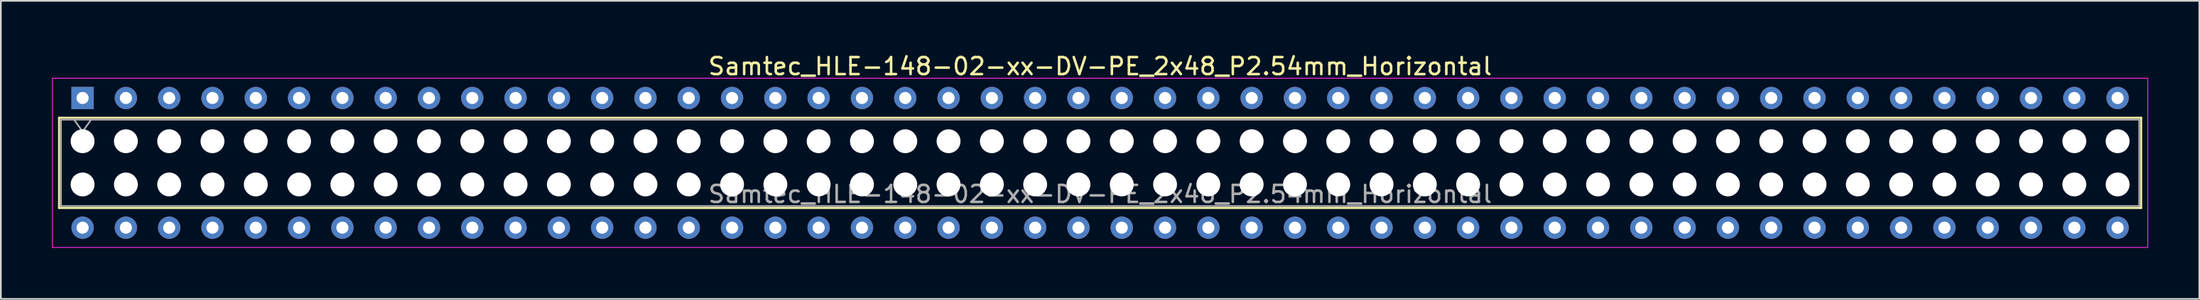
<source format=kicad_pcb>
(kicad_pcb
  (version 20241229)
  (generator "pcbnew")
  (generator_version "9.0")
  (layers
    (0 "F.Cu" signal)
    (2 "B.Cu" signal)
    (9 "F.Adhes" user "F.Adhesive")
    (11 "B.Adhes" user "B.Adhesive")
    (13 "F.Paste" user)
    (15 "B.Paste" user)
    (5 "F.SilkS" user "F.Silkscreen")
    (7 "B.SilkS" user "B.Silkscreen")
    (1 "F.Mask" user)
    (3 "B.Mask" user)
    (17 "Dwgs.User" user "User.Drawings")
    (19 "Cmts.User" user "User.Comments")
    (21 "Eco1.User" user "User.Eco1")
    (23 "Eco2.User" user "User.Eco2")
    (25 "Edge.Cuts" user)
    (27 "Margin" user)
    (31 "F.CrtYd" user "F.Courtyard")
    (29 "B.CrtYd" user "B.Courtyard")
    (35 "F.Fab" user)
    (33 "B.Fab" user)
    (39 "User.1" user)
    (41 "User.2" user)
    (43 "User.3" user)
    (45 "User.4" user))
  (footprint "Samtec_HLE-148-02-xx-DV-PE_2x48_P2.54mm_Horizontal"
    (layer "F.Cu")
    (at 1.795 2.708)
    (property "Reference" "Samtec_HLE-148-02-xx-DV-PE_2x48_P2.54mm_Horizontal" (at 59.69 -1.86 0) (layer "F.SilkS") (effects (font (size 1 1) (thickness 0.15))))
    (attr through_hole)
    (fp_line (start -1.38 1.16) (end 120.76 1.16) (stroke (width 0.12) (type solid)) (layer "F.SilkS"))
    (fp_line (start -1.38 6.46) (end -1.38 1.16) (stroke (width 0.12) (type solid)) (layer "F.SilkS"))
    (fp_line (start 120.76 1.16) (end 120.76 6.46) (stroke (width 0.12) (type solid)) (layer "F.SilkS"))
    (fp_line (start 120.76 6.46) (end -1.38 6.46) (stroke (width 0.12) (type solid)) (layer "F.SilkS"))
    (fp_line (start -1.77 -1.16) (end 121.15 -1.16) (stroke (width 0.05) (type solid)) (layer "F.CrtYd"))
    (fp_line (start -1.77 8.78) (end -1.77 -1.16) (stroke (width 0.05) (type solid)) (layer "F.CrtYd"))
    (fp_line (start 121.15 -1.16) (end 121.15 8.78) (stroke (width 0.05) (type solid)) (layer "F.CrtYd"))
    (fp_line (start 121.15 8.78) (end -1.77 8.78) (stroke (width 0.05) (type solid)) (layer "F.CrtYd"))
    (fp_line (start -1.27 1.27) (end 120.65 1.27) (stroke (width 0.1) (type solid)) (layer "F.Fab"))
    (fp_line (start -1.27 6.35) (end -1.27 1.27) (stroke (width 0.1) (type solid)) (layer "F.Fab"))
    (fp_line (start -0.5 1.27) (end 0 1.977) (stroke (width 0.1) (type solid)) (layer "F.Fab"))
    (fp_line (start 0 1.977) (end 0.5 1.27) (stroke (width 0.1) (type solid)) (layer "F.Fab"))
    (fp_line (start 120.65 1.27) (end 120.65 6.35) (stroke (width 0.1) (type solid)) (layer "F.Fab"))
    (fp_line (start 120.65 6.35) (end -1.27 6.35) (stroke (width 0.1) (type solid)) (layer "F.Fab"))
    (fp_text user "${REFERENCE}" (at 59.69 5.65 0) (layer "F.Fab") (effects (font (size 1 1) (thickness 0.15))))
    (pad "" np_thru_hole circle (at 0 2.54) (size 1.4 1.4) (drill 1.4) (layers "*.Cu" "*.Mask"))
    (pad "" np_thru_hole circle (at 0 5.08) (size 1.4 1.4) (drill 1.4) (layers "*.Cu" "*.Mask"))
    (pad "" np_thru_hole circle (at 2.54 2.54) (size 1.4 1.4) (drill 1.4) (layers "*.Cu" "*.Mask"))
    (pad "" np_thru_hole circle (at 2.54 5.08) (size 1.4 1.4) (drill 1.4) (layers "*.Cu" "*.Mask"))
    (pad "" np_thru_hole circle (at 5.08 2.54) (size 1.4 1.4) (drill 1.4) (layers "*.Cu" "*.Mask"))
    (pad "" np_thru_hole circle (at 5.08 5.08) (size 1.4 1.4) (drill 1.4) (layers "*.Cu" "*.Mask"))
    (pad "" np_thru_hole circle (at 7.62 2.54) (size 1.4 1.4) (drill 1.4) (layers "*.Cu" "*.Mask"))
    (pad "" np_thru_hole circle (at 7.62 5.08) (size 1.4 1.4) (drill 1.4) (layers "*.Cu" "*.Mask"))
    (pad "" np_thru_hole circle (at 10.16 2.54) (size 1.4 1.4) (drill 1.4) (layers "*.Cu" "*.Mask"))
    (pad "" np_thru_hole circle (at 10.16 5.08) (size 1.4 1.4) (drill 1.4) (layers "*.Cu" "*.Mask"))
    (pad "" np_thru_hole circle (at 12.7 2.54) (size 1.4 1.4) (drill 1.4) (layers "*.Cu" "*.Mask"))
    (pad "" np_thru_hole circle (at 12.7 5.08) (size 1.4 1.4) (drill 1.4) (layers "*.Cu" "*.Mask"))
    (pad "" np_thru_hole circle (at 15.24 2.54) (size 1.4 1.4) (drill 1.4) (layers "*.Cu" "*.Mask"))
    (pad "" np_thru_hole circle (at 15.24 5.08) (size 1.4 1.4) (drill 1.4) (layers "*.Cu" "*.Mask"))
    (pad "" np_thru_hole circle (at 17.78 2.54) (size 1.4 1.4) (drill 1.4) (layers "*.Cu" "*.Mask"))
    (pad "" np_thru_hole circle (at 17.78 5.08) (size 1.4 1.4) (drill 1.4) (layers "*.Cu" "*.Mask"))
    (pad "" np_thru_hole circle (at 20.32 2.54) (size 1.4 1.4) (drill 1.4) (layers "*.Cu" "*.Mask"))
    (pad "" np_thru_hole circle (at 20.32 5.08) (size 1.4 1.4) (drill 1.4) (layers "*.Cu" "*.Mask"))
    (pad "" np_thru_hole circle (at 22.86 2.54) (size 1.4 1.4) (drill 1.4) (layers "*.Cu" "*.Mask"))
    (pad "" np_thru_hole circle (at 22.86 5.08) (size 1.4 1.4) (drill 1.4) (layers "*.Cu" "*.Mask"))
    (pad "" np_thru_hole circle (at 25.4 2.54) (size 1.4 1.4) (drill 1.4) (layers "*.Cu" "*.Mask"))
    (pad "" np_thru_hole circle (at 25.4 5.08) (size 1.4 1.4) (drill 1.4) (layers "*.Cu" "*.Mask"))
    (pad "" np_thru_hole circle (at 27.94 2.54) (size 1.4 1.4) (drill 1.4) (layers "*.Cu" "*.Mask"))
    (pad "" np_thru_hole circle (at 27.94 5.08) (size 1.4 1.4) (drill 1.4) (layers "*.Cu" "*.Mask"))
    (pad "" np_thru_hole circle (at 30.48 2.54) (size 1.4 1.4) (drill 1.4) (layers "*.Cu" "*.Mask"))
    (pad "" np_thru_hole circle (at 30.48 5.08) (size 1.4 1.4) (drill 1.4) (layers "*.Cu" "*.Mask"))
    (pad "" np_thru_hole circle (at 33.02 2.54) (size 1.4 1.4) (drill 1.4) (layers "*.Cu" "*.Mask"))
    (pad "" np_thru_hole circle (at 33.02 5.08) (size 1.4 1.4) (drill 1.4) (layers "*.Cu" "*.Mask"))
    (pad "" np_thru_hole circle (at 35.56 2.54) (size 1.4 1.4) (drill 1.4) (layers "*.Cu" "*.Mask"))
    (pad "" np_thru_hole circle (at 35.56 5.08) (size 1.4 1.4) (drill 1.4) (layers "*.Cu" "*.Mask"))
    (pad "" np_thru_hole circle (at 38.1 2.54) (size 1.4 1.4) (drill 1.4) (layers "*.Cu" "*.Mask"))
    (pad "" np_thru_hole circle (at 38.1 5.08) (size 1.4 1.4) (drill 1.4) (layers "*.Cu" "*.Mask"))
    (pad "" np_thru_hole circle (at 40.64 2.54) (size 1.4 1.4) (drill 1.4) (layers "*.Cu" "*.Mask"))
    (pad "" np_thru_hole circle (at 40.64 5.08) (size 1.4 1.4) (drill 1.4) (layers "*.Cu" "*.Mask"))
    (pad "" np_thru_hole circle (at 43.18 2.54) (size 1.4 1.4) (drill 1.4) (layers "*.Cu" "*.Mask"))
    (pad "" np_thru_hole circle (at 43.18 5.08) (size 1.4 1.4) (drill 1.4) (layers "*.Cu" "*.Mask"))
    (pad "" np_thru_hole circle (at 45.72 2.54) (size 1.4 1.4) (drill 1.4) (layers "*.Cu" "*.Mask"))
    (pad "" np_thru_hole circle (at 45.72 5.08) (size 1.4 1.4) (drill 1.4) (layers "*.Cu" "*.Mask"))
    (pad "" np_thru_hole circle (at 48.26 2.54) (size 1.4 1.4) (drill 1.4) (layers "*.Cu" "*.Mask"))
    (pad "" np_thru_hole circle (at 48.26 5.08) (size 1.4 1.4) (drill 1.4) (layers "*.Cu" "*.Mask"))
    (pad "" np_thru_hole circle (at 50.8 2.54) (size 1.4 1.4) (drill 1.4) (layers "*.Cu" "*.Mask"))
    (pad "" np_thru_hole circle (at 50.8 5.08) (size 1.4 1.4) (drill 1.4) (layers "*.Cu" "*.Mask"))
    (pad "" np_thru_hole circle (at 53.34 2.54) (size 1.4 1.4) (drill 1.4) (layers "*.Cu" "*.Mask"))
    (pad "" np_thru_hole circle (at 53.34 5.08) (size 1.4 1.4) (drill 1.4) (layers "*.Cu" "*.Mask"))
    (pad "" np_thru_hole circle (at 55.88 2.54) (size 1.4 1.4) (drill 1.4) (layers "*.Cu" "*.Mask"))
    (pad "" np_thru_hole circle (at 55.88 5.08) (size 1.4 1.4) (drill 1.4) (layers "*.Cu" "*.Mask"))
    (pad "" np_thru_hole circle (at 58.42 2.54) (size 1.4 1.4) (drill 1.4) (layers "*.Cu" "*.Mask"))
    (pad "" np_thru_hole circle (at 58.42 5.08) (size 1.4 1.4) (drill 1.4) (layers "*.Cu" "*.Mask"))
    (pad "" np_thru_hole circle (at 60.96 2.54) (size 1.4 1.4) (drill 1.4) (layers "*.Cu" "*.Mask"))
    (pad "" np_thru_hole circle (at 60.96 5.08) (size 1.4 1.4) (drill 1.4) (layers "*.Cu" "*.Mask"))
    (pad "" np_thru_hole circle (at 63.5 2.54) (size 1.4 1.4) (drill 1.4) (layers "*.Cu" "*.Mask"))
    (pad "" np_thru_hole circle (at 63.5 5.08) (size 1.4 1.4) (drill 1.4) (layers "*.Cu" "*.Mask"))
    (pad "" np_thru_hole circle (at 66.04 2.54) (size 1.4 1.4) (drill 1.4) (layers "*.Cu" "*.Mask"))
    (pad "" np_thru_hole circle (at 66.04 5.08) (size 1.4 1.4) (drill 1.4) (layers "*.Cu" "*.Mask"))
    (pad "" np_thru_hole circle (at 68.58 2.54) (size 1.4 1.4) (drill 1.4) (layers "*.Cu" "*.Mask"))
    (pad "" np_thru_hole circle (at 68.58 5.08) (size 1.4 1.4) (drill 1.4) (layers "*.Cu" "*.Mask"))
    (pad "" np_thru_hole circle (at 71.12 2.54) (size 1.4 1.4) (drill 1.4) (layers "*.Cu" "*.Mask"))
    (pad "" np_thru_hole circle (at 71.12 5.08) (size 1.4 1.4) (drill 1.4) (layers "*.Cu" "*.Mask"))
    (pad "" np_thru_hole circle (at 73.66 2.54) (size 1.4 1.4) (drill 1.4) (layers "*.Cu" "*.Mask"))
    (pad "" np_thru_hole circle (at 73.66 5.08) (size 1.4 1.4) (drill 1.4) (layers "*.Cu" "*.Mask"))
    (pad "" np_thru_hole circle (at 76.2 2.54) (size 1.4 1.4) (drill 1.4) (layers "*.Cu" "*.Mask"))
    (pad "" np_thru_hole circle (at 76.2 5.08) (size 1.4 1.4) (drill 1.4) (layers "*.Cu" "*.Mask"))
    (pad "" np_thru_hole circle (at 78.74 2.54) (size 1.4 1.4) (drill 1.4) (layers "*.Cu" "*.Mask"))
    (pad "" np_thru_hole circle (at 78.74 5.08) (size 1.4 1.4) (drill 1.4) (layers "*.Cu" "*.Mask"))
    (pad "" np_thru_hole circle (at 81.28 2.54) (size 1.4 1.4) (drill 1.4) (layers "*.Cu" "*.Mask"))
    (pad "" np_thru_hole circle (at 81.28 5.08) (size 1.4 1.4) (drill 1.4) (layers "*.Cu" "*.Mask"))
    (pad "" np_thru_hole circle (at 83.82 2.54) (size 1.4 1.4) (drill 1.4) (layers "*.Cu" "*.Mask"))
    (pad "" np_thru_hole circle (at 83.82 5.08) (size 1.4 1.4) (drill 1.4) (layers "*.Cu" "*.Mask"))
    (pad "" np_thru_hole circle (at 86.36 2.54) (size 1.4 1.4) (drill 1.4) (layers "*.Cu" "*.Mask"))
    (pad "" np_thru_hole circle (at 86.36 5.08) (size 1.4 1.4) (drill 1.4) (layers "*.Cu" "*.Mask"))
    (pad "" np_thru_hole circle (at 88.9 2.54) (size 1.4 1.4) (drill 1.4) (layers "*.Cu" "*.Mask"))
    (pad "" np_thru_hole circle (at 88.9 5.08) (size 1.4 1.4) (drill 1.4) (layers "*.Cu" "*.Mask"))
    (pad "" np_thru_hole circle (at 91.44 2.54) (size 1.4 1.4) (drill 1.4) (layers "*.Cu" "*.Mask"))
    (pad "" np_thru_hole circle (at 91.44 5.08) (size 1.4 1.4) (drill 1.4) (layers "*.Cu" "*.Mask"))
    (pad "" np_thru_hole circle (at 93.98 2.54) (size 1.4 1.4) (drill 1.4) (layers "*.Cu" "*.Mask"))
    (pad "" np_thru_hole circle (at 93.98 5.08) (size 1.4 1.4) (drill 1.4) (layers "*.Cu" "*.Mask"))
    (pad "" np_thru_hole circle (at 96.52 2.54) (size 1.4 1.4) (drill 1.4) (layers "*.Cu" "*.Mask"))
    (pad "" np_thru_hole circle (at 96.52 5.08) (size 1.4 1.4) (drill 1.4) (layers "*.Cu" "*.Mask"))
    (pad "" np_thru_hole circle (at 99.06 2.54) (size 1.4 1.4) (drill 1.4) (layers "*.Cu" "*.Mask"))
    (pad "" np_thru_hole circle (at 99.06 5.08) (size 1.4 1.4) (drill 1.4) (layers "*.Cu" "*.Mask"))
    (pad "" np_thru_hole circle (at 101.6 2.54) (size 1.4 1.4) (drill 1.4) (layers "*.Cu" "*.Mask"))
    (pad "" np_thru_hole circle (at 101.6 5.08) (size 1.4 1.4) (drill 1.4) (layers "*.Cu" "*.Mask"))
    (pad "" np_thru_hole circle (at 104.14 2.54) (size 1.4 1.4) (drill 1.4) (layers "*.Cu" "*.Mask"))
    (pad "" np_thru_hole circle (at 104.14 5.08) (size 1.4 1.4) (drill 1.4) (layers "*.Cu" "*.Mask"))
    (pad "" np_thru_hole circle (at 106.68 2.54) (size 1.4 1.4) (drill 1.4) (layers "*.Cu" "*.Mask"))
    (pad "" np_thru_hole circle (at 106.68 5.08) (size 1.4 1.4) (drill 1.4) (layers "*.Cu" "*.Mask"))
    (pad "" np_thru_hole circle (at 109.22 2.54) (size 1.4 1.4) (drill 1.4) (layers "*.Cu" "*.Mask"))
    (pad "" np_thru_hole circle (at 109.22 5.08) (size 1.4 1.4) (drill 1.4) (layers "*.Cu" "*.Mask"))
    (pad "" np_thru_hole circle (at 111.76 2.54) (size 1.4 1.4) (drill 1.4) (layers "*.Cu" "*.Mask"))
    (pad "" np_thru_hole circle (at 111.76 5.08) (size 1.4 1.4) (drill 1.4) (layers "*.Cu" "*.Mask"))
    (pad "" np_thru_hole circle (at 114.3 2.54) (size 1.4 1.4) (drill 1.4) (layers "*.Cu" "*.Mask"))
    (pad "" np_thru_hole circle (at 114.3 5.08) (size 1.4 1.4) (drill 1.4) (layers "*.Cu" "*.Mask"))
    (pad "" np_thru_hole circle (at 116.84 2.54) (size 1.4 1.4) (drill 1.4) (layers "*.Cu" "*.Mask"))
    (pad "" np_thru_hole circle (at 116.84 5.08) (size 1.4 1.4) (drill 1.4) (layers "*.Cu" "*.Mask"))
    (pad "" np_thru_hole circle (at 119.38 2.54) (size 1.4 1.4) (drill 1.4) (layers "*.Cu" "*.Mask"))
    (pad "" np_thru_hole circle (at 119.38 5.08) (size 1.4 1.4) (drill 1.4) (layers "*.Cu" "*.Mask"))
    (pad "1" thru_hole rect (at 0 0) (size 1.31 1.31) (drill 0.71) (layers "*.Cu" "*.Mask"))
    (pad "2" thru_hole circle (at 0 7.62) (size 1.31 1.31) (drill 0.71) (layers "*.Cu" "*.Mask"))
    (pad "3" thru_hole circle (at 2.54 0) (size 1.31 1.31) (drill 0.71) (layers "*.Cu" "*.Mask"))
    (pad "4" thru_hole circle (at 2.54 7.62) (size 1.31 1.31) (drill 0.71) (layers "*.Cu" "*.Mask"))
    (pad "5" thru_hole circle (at 5.08 0) (size 1.31 1.31) (drill 0.71) (layers "*.Cu" "*.Mask"))
    (pad "6" thru_hole circle (at 5.08 7.62) (size 1.31 1.31) (drill 0.71) (layers "*.Cu" "*.Mask"))
    (pad "7" thru_hole circle (at 7.62 0) (size 1.31 1.31) (drill 0.71) (layers "*.Cu" "*.Mask"))
    (pad "8" thru_hole circle (at 7.62 7.62) (size 1.31 1.31) (drill 0.71) (layers "*.Cu" "*.Mask"))
    (pad "9" thru_hole circle (at 10.16 0) (size 1.31 1.31) (drill 0.71) (layers "*.Cu" "*.Mask"))
    (pad "10" thru_hole circle (at 10.16 7.62) (size 1.31 1.31) (drill 0.71) (layers "*.Cu" "*.Mask"))
    (pad "11" thru_hole circle (at 12.7 0) (size 1.31 1.31) (drill 0.71) (layers "*.Cu" "*.Mask"))
    (pad "12" thru_hole circle (at 12.7 7.62) (size 1.31 1.31) (drill 0.71) (layers "*.Cu" "*.Mask"))
    (pad "13" thru_hole circle (at 15.24 0) (size 1.31 1.31) (drill 0.71) (layers "*.Cu" "*.Mask"))
    (pad "14" thru_hole circle (at 15.24 7.62) (size 1.31 1.31) (drill 0.71) (layers "*.Cu" "*.Mask"))
    (pad "15" thru_hole circle (at 17.78 0) (size 1.31 1.31) (drill 0.71) (layers "*.Cu" "*.Mask"))
    (pad "16" thru_hole circle (at 17.78 7.62) (size 1.31 1.31) (drill 0.71) (layers "*.Cu" "*.Mask"))
    (pad "17" thru_hole circle (at 20.32 0) (size 1.31 1.31) (drill 0.71) (layers "*.Cu" "*.Mask"))
    (pad "18" thru_hole circle (at 20.32 7.62) (size 1.31 1.31) (drill 0.71) (layers "*.Cu" "*.Mask"))
    (pad "19" thru_hole circle (at 22.86 0) (size 1.31 1.31) (drill 0.71) (layers "*.Cu" "*.Mask"))
    (pad "20" thru_hole circle (at 22.86 7.62) (size 1.31 1.31) (drill 0.71) (layers "*.Cu" "*.Mask"))
    (pad "21" thru_hole circle (at 25.4 0) (size 1.31 1.31) (drill 0.71) (layers "*.Cu" "*.Mask"))
    (pad "22" thru_hole circle (at 25.4 7.62) (size 1.31 1.31) (drill 0.71) (layers "*.Cu" "*.Mask"))
    (pad "23" thru_hole circle (at 27.94 0) (size 1.31 1.31) (drill 0.71) (layers "*.Cu" "*.Mask"))
    (pad "24" thru_hole circle (at 27.94 7.62) (size 1.31 1.31) (drill 0.71) (layers "*.Cu" "*.Mask"))
    (pad "25" thru_hole circle (at 30.48 0) (size 1.31 1.31) (drill 0.71) (layers "*.Cu" "*.Mask"))
    (pad "26" thru_hole circle (at 30.48 7.62) (size 1.31 1.31) (drill 0.71) (layers "*.Cu" "*.Mask"))
    (pad "27" thru_hole circle (at 33.02 0) (size 1.31 1.31) (drill 0.71) (layers "*.Cu" "*.Mask"))
    (pad "28" thru_hole circle (at 33.02 7.62) (size 1.31 1.31) (drill 0.71) (layers "*.Cu" "*.Mask"))
    (pad "29" thru_hole circle (at 35.56 0) (size 1.31 1.31) (drill 0.71) (layers "*.Cu" "*.Mask"))
    (pad "30" thru_hole circle (at 35.56 7.62) (size 1.31 1.31) (drill 0.71) (layers "*.Cu" "*.Mask"))
    (pad "31" thru_hole circle (at 38.1 0) (size 1.31 1.31) (drill 0.71) (layers "*.Cu" "*.Mask"))
    (pad "32" thru_hole circle (at 38.1 7.62) (size 1.31 1.31) (drill 0.71) (layers "*.Cu" "*.Mask"))
    (pad "33" thru_hole circle (at 40.64 0) (size 1.31 1.31) (drill 0.71) (layers "*.Cu" "*.Mask"))
    (pad "34" thru_hole circle (at 40.64 7.62) (size 1.31 1.31) (drill 0.71) (layers "*.Cu" "*.Mask"))
    (pad "35" thru_hole circle (at 43.18 0) (size 1.31 1.31) (drill 0.71) (layers "*.Cu" "*.Mask"))
    (pad "36" thru_hole circle (at 43.18 7.62) (size 1.31 1.31) (drill 0.71) (layers "*.Cu" "*.Mask"))
    (pad "37" thru_hole circle (at 45.72 0) (size 1.31 1.31) (drill 0.71) (layers "*.Cu" "*.Mask"))
    (pad "38" thru_hole circle (at 45.72 7.62) (size 1.31 1.31) (drill 0.71) (layers "*.Cu" "*.Mask"))
    (pad "39" thru_hole circle (at 48.26 0) (size 1.31 1.31) (drill 0.71) (layers "*.Cu" "*.Mask"))
    (pad "40" thru_hole circle (at 48.26 7.62) (size 1.31 1.31) (drill 0.71) (layers "*.Cu" "*.Mask"))
    (pad "41" thru_hole circle (at 50.8 0) (size 1.31 1.31) (drill 0.71) (layers "*.Cu" "*.Mask"))
    (pad "42" thru_hole circle (at 50.8 7.62) (size 1.31 1.31) (drill 0.71) (layers "*.Cu" "*.Mask"))
    (pad "43" thru_hole circle (at 53.34 0) (size 1.31 1.31) (drill 0.71) (layers "*.Cu" "*.Mask"))
    (pad "44" thru_hole circle (at 53.34 7.62) (size 1.31 1.31) (drill 0.71) (layers "*.Cu" "*.Mask"))
    (pad "45" thru_hole circle (at 55.88 0) (size 1.31 1.31) (drill 0.71) (layers "*.Cu" "*.Mask"))
    (pad "46" thru_hole circle (at 55.88 7.62) (size 1.31 1.31) (drill 0.71) (layers "*.Cu" "*.Mask"))
    (pad "47" thru_hole circle (at 58.42 0) (size 1.31 1.31) (drill 0.71) (layers "*.Cu" "*.Mask"))
    (pad "48" thru_hole circle (at 58.42 7.62) (size 1.31 1.31) (drill 0.71) (layers "*.Cu" "*.Mask"))
    (pad "49" thru_hole circle (at 60.96 0) (size 1.31 1.31) (drill 0.71) (layers "*.Cu" "*.Mask"))
    (pad "50" thru_hole circle (at 60.96 7.62) (size 1.31 1.31) (drill 0.71) (layers "*.Cu" "*.Mask"))
    (pad "51" thru_hole circle (at 63.5 0) (size 1.31 1.31) (drill 0.71) (layers "*.Cu" "*.Mask"))
    (pad "52" thru_hole circle (at 63.5 7.62) (size 1.31 1.31) (drill 0.71) (layers "*.Cu" "*.Mask"))
    (pad "53" thru_hole circle (at 66.04 0) (size 1.31 1.31) (drill 0.71) (layers "*.Cu" "*.Mask"))
    (pad "54" thru_hole circle (at 66.04 7.62) (size 1.31 1.31) (drill 0.71) (layers "*.Cu" "*.Mask"))
    (pad "55" thru_hole circle (at 68.58 0) (size 1.31 1.31) (drill 0.71) (layers "*.Cu" "*.Mask"))
    (pad "56" thru_hole circle (at 68.58 7.62) (size 1.31 1.31) (drill 0.71) (layers "*.Cu" "*.Mask"))
    (pad "57" thru_hole circle (at 71.12 0) (size 1.31 1.31) (drill 0.71) (layers "*.Cu" "*.Mask"))
    (pad "58" thru_hole circle (at 71.12 7.62) (size 1.31 1.31) (drill 0.71) (layers "*.Cu" "*.Mask"))
    (pad "59" thru_hole circle (at 73.66 0) (size 1.31 1.31) (drill 0.71) (layers "*.Cu" "*.Mask"))
    (pad "60" thru_hole circle (at 73.66 7.62) (size 1.31 1.31) (drill 0.71) (layers "*.Cu" "*.Mask"))
    (pad "61" thru_hole circle (at 76.2 0) (size 1.31 1.31) (drill 0.71) (layers "*.Cu" "*.Mask"))
    (pad "62" thru_hole circle (at 76.2 7.62) (size 1.31 1.31) (drill 0.71) (layers "*.Cu" "*.Mask"))
    (pad "63" thru_hole circle (at 78.74 0) (size 1.31 1.31) (drill 0.71) (layers "*.Cu" "*.Mask"))
    (pad "64" thru_hole circle (at 78.74 7.62) (size 1.31 1.31) (drill 0.71) (layers "*.Cu" "*.Mask"))
    (pad "65" thru_hole circle (at 81.28 0) (size 1.31 1.31) (drill 0.71) (layers "*.Cu" "*.Mask"))
    (pad "66" thru_hole circle (at 81.28 7.62) (size 1.31 1.31) (drill 0.71) (layers "*.Cu" "*.Mask"))
    (pad "67" thru_hole circle (at 83.82 0) (size 1.31 1.31) (drill 0.71) (layers "*.Cu" "*.Mask"))
    (pad "68" thru_hole circle (at 83.82 7.62) (size 1.31 1.31) (drill 0.71) (layers "*.Cu" "*.Mask"))
    (pad "69" thru_hole circle (at 86.36 0) (size 1.31 1.31) (drill 0.71) (layers "*.Cu" "*.Mask"))
    (pad "70" thru_hole circle (at 86.36 7.62) (size 1.31 1.31) (drill 0.71) (layers "*.Cu" "*.Mask"))
    (pad "71" thru_hole circle (at 88.9 0) (size 1.31 1.31) (drill 0.71) (layers "*.Cu" "*.Mask"))
    (pad "72" thru_hole circle (at 88.9 7.62) (size 1.31 1.31) (drill 0.71) (layers "*.Cu" "*.Mask"))
    (pad "73" thru_hole circle (at 91.44 0) (size 1.31 1.31) (drill 0.71) (layers "*.Cu" "*.Mask"))
    (pad "74" thru_hole circle (at 91.44 7.62) (size 1.31 1.31) (drill 0.71) (layers "*.Cu" "*.Mask"))
    (pad "75" thru_hole circle (at 93.98 0) (size 1.31 1.31) (drill 0.71) (layers "*.Cu" "*.Mask"))
    (pad "76" thru_hole circle (at 93.98 7.62) (size 1.31 1.31) (drill 0.71) (layers "*.Cu" "*.Mask"))
    (pad "77" thru_hole circle (at 96.52 0) (size 1.31 1.31) (drill 0.71) (layers "*.Cu" "*.Mask"))
    (pad "78" thru_hole circle (at 96.52 7.62) (size 1.31 1.31) (drill 0.71) (layers "*.Cu" "*.Mask"))
    (pad "79" thru_hole circle (at 99.06 0) (size 1.31 1.31) (drill 0.71) (layers "*.Cu" "*.Mask"))
    (pad "80" thru_hole circle (at 99.06 7.62) (size 1.31 1.31) (drill 0.71) (layers "*.Cu" "*.Mask"))
    (pad "81" thru_hole circle (at 101.6 0) (size 1.31 1.31) (drill 0.71) (layers "*.Cu" "*.Mask"))
    (pad "82" thru_hole circle (at 101.6 7.62) (size 1.31 1.31) (drill 0.71) (layers "*.Cu" "*.Mask"))
    (pad "83" thru_hole circle (at 104.14 0) (size 1.31 1.31) (drill 0.71) (layers "*.Cu" "*.Mask"))
    (pad "84" thru_hole circle (at 104.14 7.62) (size 1.31 1.31) (drill 0.71) (layers "*.Cu" "*.Mask"))
    (pad "85" thru_hole circle (at 106.68 0) (size 1.31 1.31) (drill 0.71) (layers "*.Cu" "*.Mask"))
    (pad "86" thru_hole circle (at 106.68 7.62) (size 1.31 1.31) (drill 0.71) (layers "*.Cu" "*.Mask"))
    (pad "87" thru_hole circle (at 109.22 0) (size 1.31 1.31) (drill 0.71) (layers "*.Cu" "*.Mask"))
    (pad "88" thru_hole circle (at 109.22 7.62) (size 1.31 1.31) (drill 0.71) (layers "*.Cu" "*.Mask"))
    (pad "89" thru_hole circle (at 111.76 0) (size 1.31 1.31) (drill 0.71) (layers "*.Cu" "*.Mask"))
    (pad "90" thru_hole circle (at 111.76 7.62) (size 1.31 1.31) (drill 0.71) (layers "*.Cu" "*.Mask"))
    (pad "91" thru_hole circle (at 114.3 0) (size 1.31 1.31) (drill 0.71) (layers "*.Cu" "*.Mask"))
    (pad "92" thru_hole circle (at 114.3 7.62) (size 1.31 1.31) (drill 0.71) (layers "*.Cu" "*.Mask"))
    (pad "93" thru_hole circle (at 116.84 0) (size 1.31 1.31) (drill 0.71) (layers "*.Cu" "*.Mask"))
    (pad "94" thru_hole circle (at 116.84 7.62) (size 1.31 1.31) (drill 0.71) (layers "*.Cu" "*.Mask"))
    (pad "95" thru_hole circle (at 119.38 0) (size 1.31 1.31) (drill 0.71) (layers "*.Cu" "*.Mask"))
    (pad "96" thru_hole circle (at 119.38 7.62) (size 1.31 1.31) (drill 0.71) (layers "*.Cu" "*.Mask")))
  (gr_rect
    (start -3 -3)
    (end 125.97 14.513)
    (stroke (width 0.1) (type default))
    (fill no)
    (layer "Edge.Cuts")))
</source>
